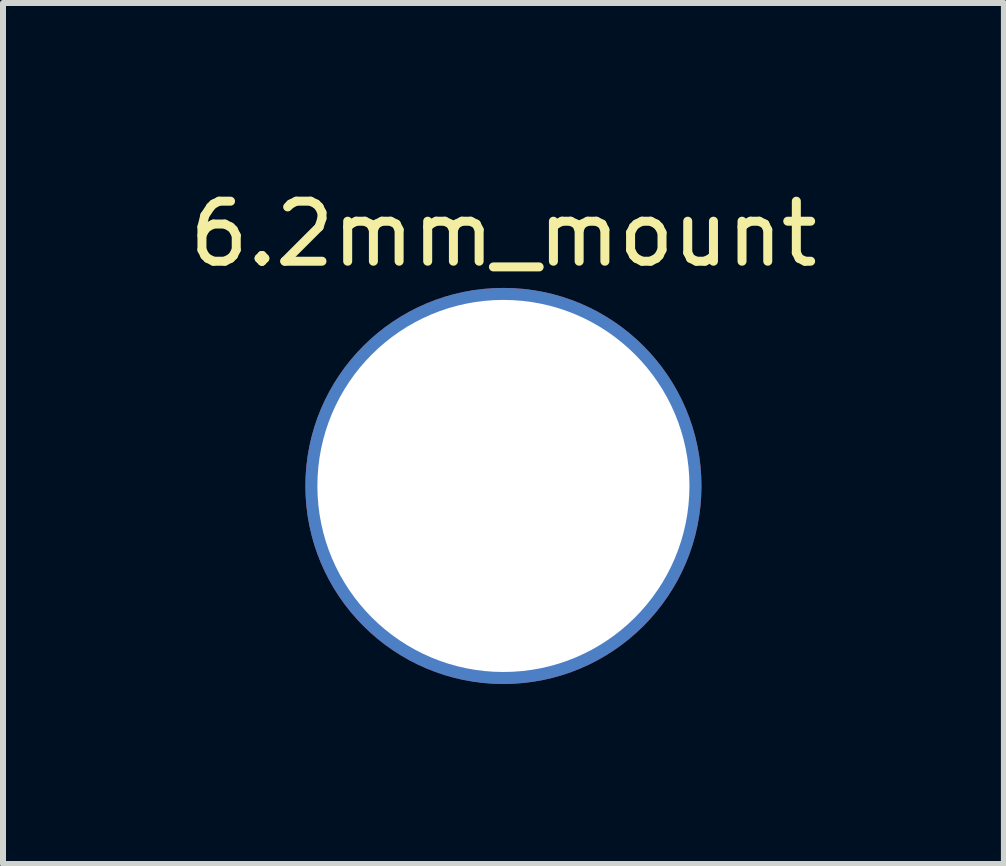
<source format=kicad_pcb>
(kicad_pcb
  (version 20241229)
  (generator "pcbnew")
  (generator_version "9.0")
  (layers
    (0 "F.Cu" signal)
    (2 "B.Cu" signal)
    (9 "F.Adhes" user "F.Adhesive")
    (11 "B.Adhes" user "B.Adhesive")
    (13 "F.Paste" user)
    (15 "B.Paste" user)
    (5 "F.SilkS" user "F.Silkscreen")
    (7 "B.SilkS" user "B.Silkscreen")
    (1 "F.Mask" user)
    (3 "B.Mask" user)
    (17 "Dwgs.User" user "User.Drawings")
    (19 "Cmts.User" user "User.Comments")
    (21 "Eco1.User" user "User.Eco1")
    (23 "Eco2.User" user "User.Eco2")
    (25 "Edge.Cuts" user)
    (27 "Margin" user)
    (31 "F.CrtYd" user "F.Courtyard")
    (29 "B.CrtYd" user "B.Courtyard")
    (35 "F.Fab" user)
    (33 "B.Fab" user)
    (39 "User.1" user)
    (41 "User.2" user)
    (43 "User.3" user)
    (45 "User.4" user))
  (footprint "6.2mm_mount"
    (layer "F.Cu")
    (at 5.339 5.048)
    (property "Reference" "6.2mm_mount" (at 0 -4.2 0) (unlocked yes) (layer "F.SilkS") (effects (font (size 1 1) (thickness 0.15))))
    (attr through_hole)
    (pad "0" thru_hole circle (at 0 0) (size 6.6 6.6) (drill 6.2) (layers "*.Cu" "*.Mask")))
  (gr_rect
    (start -3 -3)
    (end 13.679 11.348)
    (stroke (width 0.1) (type default))
    (fill no)
    (layer "Edge.Cuts")))
</source>
